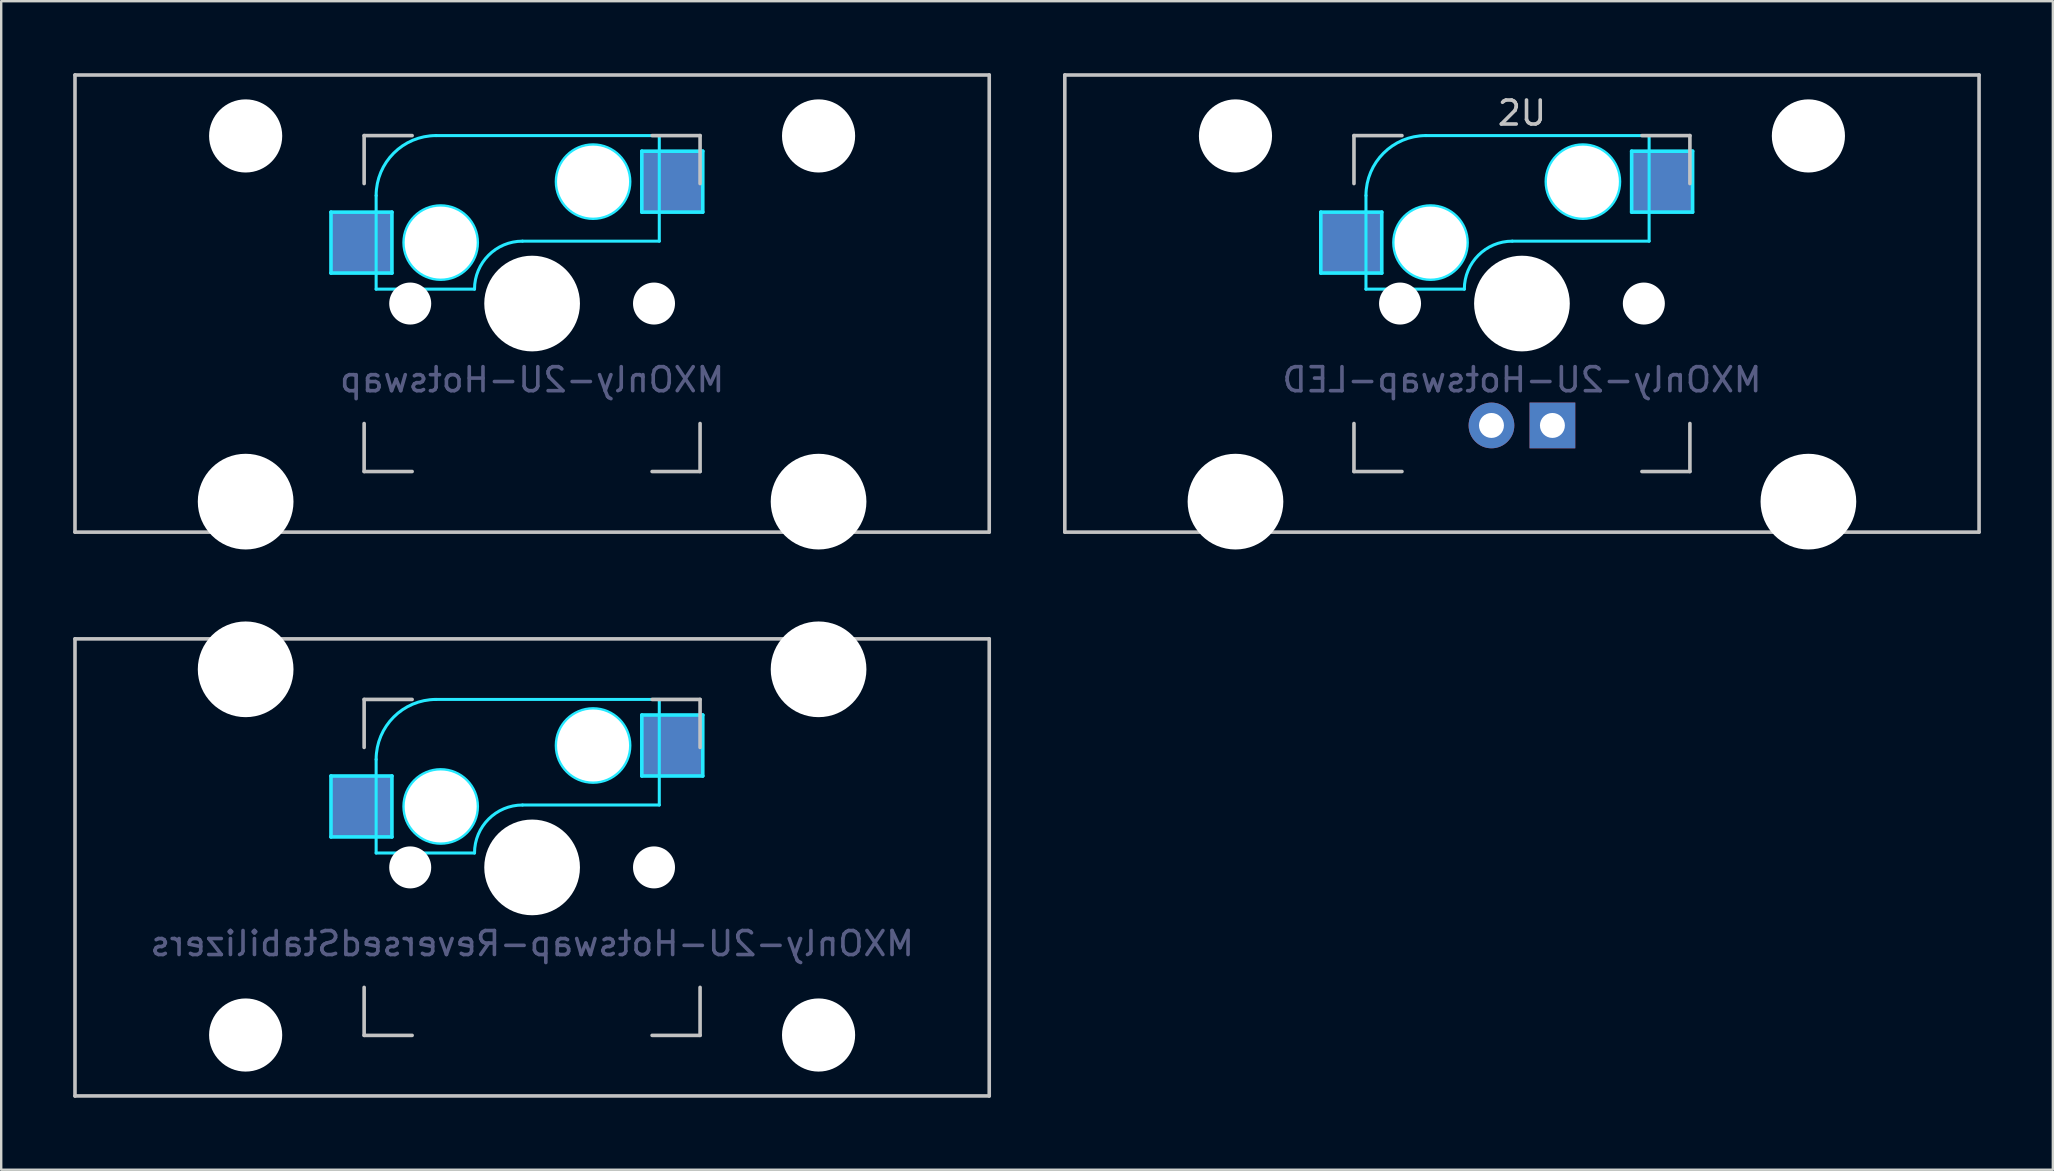
<source format=kicad_pcb>
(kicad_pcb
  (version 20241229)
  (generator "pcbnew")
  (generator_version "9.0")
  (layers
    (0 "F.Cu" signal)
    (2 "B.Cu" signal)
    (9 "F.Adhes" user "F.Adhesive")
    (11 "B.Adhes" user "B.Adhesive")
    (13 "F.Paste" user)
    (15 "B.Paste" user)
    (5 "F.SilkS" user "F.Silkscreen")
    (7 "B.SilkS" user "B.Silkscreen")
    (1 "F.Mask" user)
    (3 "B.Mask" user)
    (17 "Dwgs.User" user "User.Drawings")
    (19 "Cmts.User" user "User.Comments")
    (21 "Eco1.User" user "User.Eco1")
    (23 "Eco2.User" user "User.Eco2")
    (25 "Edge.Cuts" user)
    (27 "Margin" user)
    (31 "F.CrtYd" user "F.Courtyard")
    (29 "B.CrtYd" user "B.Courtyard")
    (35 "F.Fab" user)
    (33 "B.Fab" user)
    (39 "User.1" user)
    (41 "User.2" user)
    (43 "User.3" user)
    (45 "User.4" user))
  (footprint "MXOnly-2U-Hotswap"
    (layer "F.Cu")
    (at 19.125 9.6)
    (property "Reference" "MXOnly-2U-Hotswap" (at 0 3.175 0) (layer "B.Fab") (effects (font (size 1 1) (thickness 0.15)) (justify mirror)))
    (attr smd)
    (fp_line (start -19.05 -9.525) (end 19.05 -9.525) (stroke (width 0.15) (type solid)) (layer "Dwgs.User"))
    (fp_line (start -19.05 9.525) (end -19.05 -9.525) (stroke (width 0.15) (type solid)) (layer "Dwgs.User"))
    (fp_line (start -7 -7) (end -7 -5) (stroke (width 0.15) (type solid)) (layer "Dwgs.User"))
    (fp_line (start -7 5) (end -7 7) (stroke (width 0.15) (type solid)) (layer "Dwgs.User"))
    (fp_line (start -7 7) (end -5 7) (stroke (width 0.15) (type solid)) (layer "Dwgs.User"))
    (fp_line (start -5 -7) (end -7 -7) (stroke (width 0.15) (type solid)) (layer "Dwgs.User"))
    (fp_line (start 5 -7) (end 7 -7) (stroke (width 0.15) (type solid)) (layer "Dwgs.User"))
    (fp_line (start 5 7) (end 7 7) (stroke (width 0.15) (type solid)) (layer "Dwgs.User"))
    (fp_line (start 7 -7) (end 7 -5) (stroke (width 0.15) (type solid)) (layer "Dwgs.User"))
    (fp_line (start 7 7) (end 7 5) (stroke (width 0.15) (type solid)) (layer "Dwgs.User"))
    (fp_line (start 19.05 -9.525) (end 19.05 9.525) (stroke (width 0.15) (type solid)) (layer "Dwgs.User"))
    (fp_line (start 19.05 9.525) (end -19.05 9.525) (stroke (width 0.15) (type solid)) (layer "Dwgs.User"))
    (fp_line (start -8.382 -3.81) (end -5.842 -3.81) (stroke (width 0.15) (type solid)) (layer "B.CrtYd"))
    (fp_line (start -8.382 -1.27) (end -8.382 -3.81) (stroke (width 0.15) (type solid)) (layer "B.CrtYd"))
    (fp_line (start -6.5 -4.5) (end -6.5 -0.6) (stroke (width 0.127) (type solid)) (layer "B.CrtYd"))
    (fp_line (start -6.5 -0.6) (end -2.4 -0.6) (stroke (width 0.127) (type solid)) (layer "B.CrtYd"))
    (fp_line (start -5.842 -3.81) (end -5.842 -1.27) (stroke (width 0.15) (type solid)) (layer "B.CrtYd"))
    (fp_line (start -5.842 -1.27) (end -8.382 -1.27) (stroke (width 0.15) (type solid)) (layer "B.CrtYd"))
    (fp_line (start -0.4 -2.6) (end 5.3 -2.6) (stroke (width 0.127) (type solid)) (layer "B.CrtYd"))
    (fp_line (start 4.572 -6.35) (end 7.112 -6.35) (stroke (width 0.15) (type solid)) (layer "B.CrtYd"))
    (fp_line (start 4.572 -3.81) (end 4.572 -6.35) (stroke (width 0.15) (type solid)) (layer "B.CrtYd"))
    (fp_line (start 5.3 -7) (end -4 -7) (stroke (width 0.127) (type solid)) (layer "B.CrtYd"))
    (fp_line (start 5.3 -7) (end 5.3 -2.6) (stroke (width 0.127) (type solid)) (layer "B.CrtYd"))
    (fp_line (start 7.112 -6.35) (end 7.112 -3.81) (stroke (width 0.15) (type solid)) (layer "B.CrtYd"))
    (fp_line (start 7.112 -3.81) (end 4.572 -3.81) (stroke (width 0.15) (type solid)) (layer "B.CrtYd"))
    (fp_arc (start -6.5 -4.5) (mid -5.767767 -6.267767) (end -4 -7) (stroke (width 0.127) (type solid)) (layer "B.CrtYd"))
    (fp_arc (start -2.4 -0.6) (mid -1.814214 -2.014214) (end -0.4 -2.6) (stroke (width 0.127) (type solid)) (layer "B.CrtYd"))
    (fp_circle (center -3.81 -2.54) (end -3.81 -4.064) (stroke (width 0.15) (type solid)) (fill no) (layer "B.CrtYd"))
    (fp_circle (center 2.54 -5.08) (end 2.54 -6.604) (stroke (width 0.15) (type solid)) (fill no) (layer "B.CrtYd"))
    (pad "" np_thru_hole circle (at -11.938 -6.985) (size 3.048 3.048) (drill 3.048) (layers "*.Cu" "*.Mask"))
    (pad "" np_thru_hole circle (at -11.938 8.255) (size 3.988 3.988) (drill 3.988) (layers "*.Cu" "*.Mask"))
    (pad "" np_thru_hole circle (at -5.08 0 48.1) (size 1.75 1.75) (drill 1.75) (layers "*.Cu" "*.Mask"))
    (pad "" np_thru_hole circle (at -3.81 -2.54) (size 3 3) (drill 3) (layers "*.Cu" "*.Mask"))
    (pad "" np_thru_hole circle (at 0 0) (size 3.988 3.988) (drill 3.988) (layers "*.Cu" "*.Mask"))
    (pad "" np_thru_hole circle (at 2.54 -5.08) (size 3 3) (drill 3) (layers "*.Cu" "*.Mask"))
    (pad "" np_thru_hole circle (at 5.08 0 48.1) (size 1.75 1.75) (drill 1.75) (layers "*.Cu" "*.Mask"))
    (pad "" np_thru_hole circle (at 11.938 -6.985) (size 3.048 3.048) (drill 3.048) (layers "*.Cu" "*.Mask"))
    (pad "" np_thru_hole circle (at 11.938 8.255) (size 3.988 3.988) (drill 3.988) (layers "*.Cu" "*.Mask"))
    (pad "1" smd rect (at -7.085 -2.54) (size 2.55 2.5) (layers "B.Cu" "B.Mask" "B.Paste"))
    (pad "2" smd rect (at 5.842 -5.08) (size 2.55 2.5) (layers "B.Cu" "B.Mask" "B.Paste")))
  (footprint "MXOnly-2U-Hotswap-LED"
    (layer "F.Cu")
    (at 60.375 9.6)
    (property "Reference" "MXOnly-2U-Hotswap-LED" (at 0 3.175 0) (layer "B.Fab") (effects (font (size 1 1) (thickness 0.15)) (justify mirror)))
    (attr through_hole)
    (fp_line (start -19.05 -9.525) (end 19.05 -9.525) (stroke (width 0.15) (type solid)) (layer "Dwgs.User"))
    (fp_line (start -19.05 9.525) (end -19.05 -9.525) (stroke (width 0.15) (type solid)) (layer "Dwgs.User"))
    (fp_line (start -7 -7) (end -7 -5) (stroke (width 0.15) (type solid)) (layer "Dwgs.User"))
    (fp_line (start -7 5) (end -7 7) (stroke (width 0.15) (type solid)) (layer "Dwgs.User"))
    (fp_line (start -7 7) (end -5 7) (stroke (width 0.15) (type solid)) (layer "Dwgs.User"))
    (fp_line (start -5 -7) (end -7 -7) (stroke (width 0.15) (type solid)) (layer "Dwgs.User"))
    (fp_line (start 5 -7) (end 7 -7) (stroke (width 0.15) (type solid)) (layer "Dwgs.User"))
    (fp_line (start 5 7) (end 7 7) (stroke (width 0.15) (type solid)) (layer "Dwgs.User"))
    (fp_line (start 7 -7) (end 7 -5) (stroke (width 0.15) (type solid)) (layer "Dwgs.User"))
    (fp_line (start 7 7) (end 7 5) (stroke (width 0.15) (type solid)) (layer "Dwgs.User"))
    (fp_line (start 19.05 -9.525) (end 19.05 9.525) (stroke (width 0.15) (type solid)) (layer "Dwgs.User"))
    (fp_line (start 19.05 9.525) (end -19.05 9.525) (stroke (width 0.15) (type solid)) (layer "Dwgs.User"))
    (fp_line (start -8.382 -3.81) (end -5.842 -3.81) (stroke (width 0.15) (type solid)) (layer "B.CrtYd"))
    (fp_line (start -8.382 -1.27) (end -8.382 -3.81) (stroke (width 0.15) (type solid)) (layer "B.CrtYd"))
    (fp_line (start -6.5 -4.5) (end -6.5 -0.6) (stroke (width 0.127) (type solid)) (layer "B.CrtYd"))
    (fp_line (start -6.5 -0.6) (end -2.4 -0.6) (stroke (width 0.127) (type solid)) (layer "B.CrtYd"))
    (fp_line (start -5.842 -3.81) (end -5.842 -1.27) (stroke (width 0.15) (type solid)) (layer "B.CrtYd"))
    (fp_line (start -5.842 -1.27) (end -8.382 -1.27) (stroke (width 0.15) (type solid)) (layer "B.CrtYd"))
    (fp_line (start -0.4 -2.6) (end 5.3 -2.6) (stroke (width 0.127) (type solid)) (layer "B.CrtYd"))
    (fp_line (start 4.572 -6.35) (end 7.112 -6.35) (stroke (width 0.15) (type solid)) (layer "B.CrtYd"))
    (fp_line (start 4.572 -3.81) (end 4.572 -6.35) (stroke (width 0.15) (type solid)) (layer "B.CrtYd"))
    (fp_line (start 5.3 -7) (end -4 -7) (stroke (width 0.127) (type solid)) (layer "B.CrtYd"))
    (fp_line (start 5.3 -7) (end 5.3 -2.6) (stroke (width 0.127) (type solid)) (layer "B.CrtYd"))
    (fp_line (start 7.112 -6.35) (end 7.112 -3.81) (stroke (width 0.15) (type solid)) (layer "B.CrtYd"))
    (fp_line (start 7.112 -3.81) (end 4.572 -3.81) (stroke (width 0.15) (type solid)) (layer "B.CrtYd"))
    (fp_arc (start -6.5 -4.5) (mid -5.767767 -6.267767) (end -4 -7) (stroke (width 0.127) (type solid)) (layer "B.CrtYd"))
    (fp_arc (start -2.4 -0.6) (mid -1.814214 -2.014214) (end -0.4 -2.6) (stroke (width 0.127) (type solid)) (layer "B.CrtYd"))
    (fp_circle (center -3.81 -2.54) (end -3.81 -4.064) (stroke (width 0.15) (type solid)) (fill no) (layer "B.CrtYd"))
    (fp_circle (center 2.54 -5.08) (end 2.54 -6.604) (stroke (width 0.15) (type solid)) (fill no) (layer "B.CrtYd"))
    (fp_text user "2U" (at 0 -7.938 0) (layer "Dwgs.User") (effects (font (size 1 1) (thickness 0.15))))
    (pad "" np_thru_hole circle (at -11.938 -6.985) (size 3.048 3.048) (drill 3.048) (layers "*.Cu" "*.Mask"))
    (pad "" np_thru_hole circle (at -11.938 8.255) (size 3.988 3.988) (drill 3.988) (layers "*.Cu" "*.Mask"))
    (pad "" np_thru_hole circle (at -5.08 0 48.1) (size 1.75 1.75) (drill 1.75) (layers "*.Cu" "*.Mask"))
    (pad "" np_thru_hole circle (at -3.81 -2.54) (size 3 3) (drill 3) (layers "*.Cu" "*.Mask"))
    (pad "" np_thru_hole circle (at 0 0) (size 3.988 3.988) (drill 3.988) (layers "*.Cu" "*.Mask"))
    (pad "" np_thru_hole circle (at 2.54 -5.08) (size 3 3) (drill 3) (layers "*.Cu" "*.Mask"))
    (pad "" np_thru_hole circle (at 5.08 0 48.1) (size 1.75 1.75) (drill 1.75) (layers "*.Cu" "*.Mask"))
    (pad "" np_thru_hole circle (at 11.938 -6.985) (size 3.048 3.048) (drill 3.048) (layers "*.Cu" "*.Mask"))
    (pad "" np_thru_hole circle (at 11.938 8.255) (size 3.988 3.988) (drill 3.988) (layers "*.Cu" "*.Mask"))
    (pad "1" smd rect (at -7.085 -2.54) (size 2.55 2.5) (layers "B.Cu" "B.Mask" "B.Paste"))
    (pad "2" smd rect (at 5.842 -5.08) (size 2.55 2.5) (layers "B.Cu" "B.Mask" "B.Paste"))
    (pad "3" thru_hole circle (at -1.27 5.08) (size 1.905 1.905) (drill 1.04) (layers "*.Cu" "B.Mask"))
    (pad "4" thru_hole rect (at 1.27 5.08) (size 1.905 1.905) (drill 1.04) (layers "*.Cu" "B.Mask")))
  (footprint "MXOnly-2U-Hotswap-ReversedStabilizers"
    (layer "F.Cu")
    (at 19.125 33.098)
    (property "Reference" "MXOnly-2U-Hotswap-ReversedStabilizers" (at 0 3.175 0) (layer "B.Fab") (effects (font (size 1 1) (thickness 0.15)) (justify mirror)))
    (attr smd)
    (fp_line (start -19.05 -9.525) (end 19.05 -9.525) (stroke (width 0.15) (type solid)) (layer "Dwgs.User"))
    (fp_line (start -19.05 9.525) (end -19.05 -9.525) (stroke (width 0.15) (type solid)) (layer "Dwgs.User"))
    (fp_line (start -7 -7) (end -7 -5) (stroke (width 0.15) (type solid)) (layer "Dwgs.User"))
    (fp_line (start -7 5) (end -7 7) (stroke (width 0.15) (type solid)) (layer "Dwgs.User"))
    (fp_line (start -7 7) (end -5 7) (stroke (width 0.15) (type solid)) (layer "Dwgs.User"))
    (fp_line (start -5 -7) (end -7 -7) (stroke (width 0.15) (type solid)) (layer "Dwgs.User"))
    (fp_line (start 5 -7) (end 7 -7) (stroke (width 0.15) (type solid)) (layer "Dwgs.User"))
    (fp_line (start 5 7) (end 7 7) (stroke (width 0.15) (type solid)) (layer "Dwgs.User"))
    (fp_line (start 7 -7) (end 7 -5) (stroke (width 0.15) (type solid)) (layer "Dwgs.User"))
    (fp_line (start 7 7) (end 7 5) (stroke (width 0.15) (type solid)) (layer "Dwgs.User"))
    (fp_line (start 19.05 -9.525) (end 19.05 9.525) (stroke (width 0.15) (type solid)) (layer "Dwgs.User"))
    (fp_line (start 19.05 9.525) (end -19.05 9.525) (stroke (width 0.15) (type solid)) (layer "Dwgs.User"))
    (fp_line (start -8.382 -3.81) (end -5.842 -3.81) (stroke (width 0.15) (type solid)) (layer "B.CrtYd"))
    (fp_line (start -8.382 -1.27) (end -8.382 -3.81) (stroke (width 0.15) (type solid)) (layer "B.CrtYd"))
    (fp_line (start -6.5 -4.5) (end -6.5 -0.6) (stroke (width 0.127) (type solid)) (layer "B.CrtYd"))
    (fp_line (start -6.5 -0.6) (end -2.4 -0.6) (stroke (width 0.127) (type solid)) (layer "B.CrtYd"))
    (fp_line (start -5.842 -3.81) (end -5.842 -1.27) (stroke (width 0.15) (type solid)) (layer "B.CrtYd"))
    (fp_line (start -5.842 -1.27) (end -8.382 -1.27) (stroke (width 0.15) (type solid)) (layer "B.CrtYd"))
    (fp_line (start -0.4 -2.6) (end 5.3 -2.6) (stroke (width 0.127) (type solid)) (layer "B.CrtYd"))
    (fp_line (start 4.572 -6.35) (end 7.112 -6.35) (stroke (width 0.15) (type solid)) (layer "B.CrtYd"))
    (fp_line (start 4.572 -3.81) (end 4.572 -6.35) (stroke (width 0.15) (type solid)) (layer "B.CrtYd"))
    (fp_line (start 5.3 -7) (end -4 -7) (stroke (width 0.127) (type solid)) (layer "B.CrtYd"))
    (fp_line (start 5.3 -7) (end 5.3 -2.6) (stroke (width 0.127) (type solid)) (layer "B.CrtYd"))
    (fp_line (start 7.112 -6.35) (end 7.112 -3.81) (stroke (width 0.15) (type solid)) (layer "B.CrtYd"))
    (fp_line (start 7.112 -3.81) (end 4.572 -3.81) (stroke (width 0.15) (type solid)) (layer "B.CrtYd"))
    (fp_arc (start -6.5 -4.5) (mid -5.767767 -6.267767) (end -4 -7) (stroke (width 0.127) (type solid)) (layer "B.CrtYd"))
    (fp_arc (start -2.4 -0.6) (mid -1.814214 -2.014214) (end -0.4 -2.6) (stroke (width 0.127) (type solid)) (layer "B.CrtYd"))
    (fp_circle (center -3.81 -2.54) (end -3.81 -4.064) (stroke (width 0.15) (type solid)) (fill no) (layer "B.CrtYd"))
    (fp_circle (center 2.54 -5.08) (end 2.54 -6.604) (stroke (width 0.15) (type solid)) (fill no) (layer "B.CrtYd"))
    (pad "" np_thru_hole circle (at -11.938 -8.255) (size 3.988 3.988) (drill 3.988) (layers "*.Cu" "*.Mask"))
    (pad "" np_thru_hole circle (at -11.938 6.985) (size 3.048 3.048) (drill 3.048) (layers "*.Cu" "*.Mask"))
    (pad "" np_thru_hole circle (at -5.08 0 48.1) (size 1.75 1.75) (drill 1.75) (layers "*.Cu" "*.Mask"))
    (pad "" np_thru_hole circle (at -3.81 -2.54) (size 3 3) (drill 3) (layers "*.Cu" "*.Mask"))
    (pad "" np_thru_hole circle (at 0 0) (size 3.988 3.988) (drill 3.988) (layers "*.Cu" "*.Mask"))
    (pad "" np_thru_hole circle (at 2.54 -5.08) (size 3 3) (drill 3) (layers "*.Cu" "*.Mask"))
    (pad "" np_thru_hole circle (at 5.08 0 48.1) (size 1.75 1.75) (drill 1.75) (layers "*.Cu" "*.Mask"))
    (pad "" np_thru_hole circle (at 11.938 -8.255) (size 3.988 3.988) (drill 3.988) (layers "*.Cu" "*.Mask"))
    (pad "" np_thru_hole circle (at 11.938 6.985) (size 3.048 3.048) (drill 3.048) (layers "*.Cu" "*.Mask"))
    (pad "1" smd rect (at -7.085 -2.54) (size 2.55 2.5) (layers "B.Cu" "B.Mask" "B.Paste"))
    (pad "2" smd rect (at 5.842 -5.08) (size 2.55 2.5) (layers "B.Cu" "B.Mask" "B.Paste")))
  (gr_rect
    (start -3 -3)
    (end 82.5 45.698)
    (stroke (width 0.1) (type default))
    (fill no)
    (layer "Edge.Cuts")))
</source>
